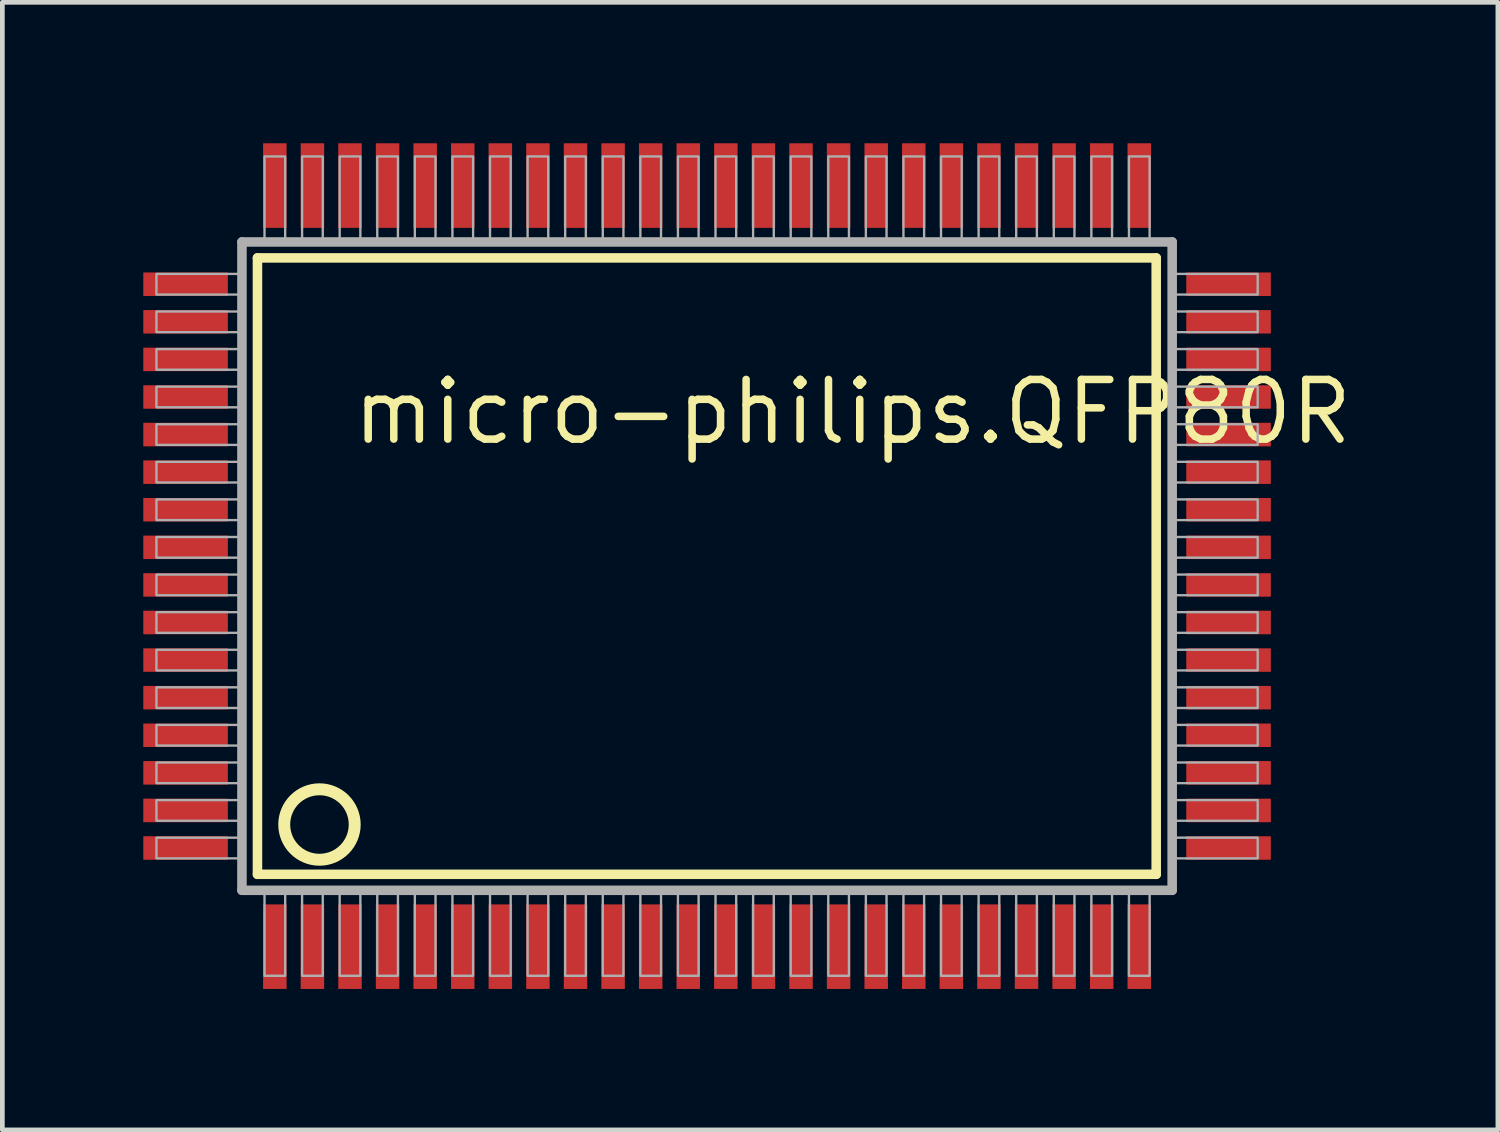
<source format=kicad_pcb>
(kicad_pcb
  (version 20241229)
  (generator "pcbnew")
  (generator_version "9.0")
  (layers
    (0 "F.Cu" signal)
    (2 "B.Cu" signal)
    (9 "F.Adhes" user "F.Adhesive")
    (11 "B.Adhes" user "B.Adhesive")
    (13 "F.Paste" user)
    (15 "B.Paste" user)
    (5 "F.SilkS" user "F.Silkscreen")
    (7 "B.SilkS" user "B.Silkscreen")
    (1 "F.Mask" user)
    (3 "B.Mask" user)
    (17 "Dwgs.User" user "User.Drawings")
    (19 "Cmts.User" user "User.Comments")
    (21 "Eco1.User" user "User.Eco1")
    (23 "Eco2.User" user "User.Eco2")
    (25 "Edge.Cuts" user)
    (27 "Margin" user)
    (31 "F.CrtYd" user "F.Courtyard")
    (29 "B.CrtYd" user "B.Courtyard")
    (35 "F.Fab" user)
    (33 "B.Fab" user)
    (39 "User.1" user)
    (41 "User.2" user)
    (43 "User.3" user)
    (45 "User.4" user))
  (footprint "micro-philips.QFP80R"
    (layer "F.Cu")
    (at 12 9)
    (property "Reference" "micro-philips.QFP80R" (at -7.62 -2.54 0) (layer "F.SilkS") (effects (font (size 1.27 1.27) (thickness 0.16)) (justify left bottom)))
    (attr smd)
    (fp_line (start -9.57 -6.56) (end 9.56 -6.56) (stroke (width 0.203) (type default)) (layer "F.SilkS"))
    (fp_line (start -9.57 6.56) (end -9.57 -6.56) (stroke (width 0.203) (type default)) (layer "F.SilkS"))
    (fp_line (start 9.56 -6.56) (end 9.56 6.56) (stroke (width 0.203) (type default)) (layer "F.SilkS"))
    (fp_line (start 9.56 6.56) (end -9.57 6.56) (stroke (width 0.203) (type default)) (layer "F.SilkS"))
    (fp_circle (center -8.25 5.5) (end -7.5 5.5) (stroke (width 0.254) (type default)) (fill no) (layer "F.SilkS"))
    (fp_line (start -9.9 -6.9) (end -9.9 6.9) (stroke (width 0.203) (type default)) (layer "F.Fab"))
    (fp_line (start -9.9 6.9) (end 9.9 6.9) (stroke (width 0.203) (type default)) (layer "F.Fab"))
    (fp_line (start 9.9 -6.9) (end -9.9 -6.9) (stroke (width 0.203) (type default)) (layer "F.Fab"))
    (fp_line (start 9.9 6.9) (end 9.9 -6.9) (stroke (width 0.203) (type default)) (layer "F.Fab"))
    (fp_rect (start -11.72 -5.78) (end -9.95 -6.22) (stroke (width 0.05) (type default)) (fill no) (layer "F.Fab"))
    (fp_rect (start -11.72 -4.98) (end -9.95 -5.42) (stroke (width 0.05) (type default)) (fill no) (layer "F.Fab"))
    (fp_rect (start -11.72 -4.18) (end -9.95 -4.62) (stroke (width 0.05) (type default)) (fill no) (layer "F.Fab"))
    (fp_rect (start -11.72 -3.38) (end -9.95 -3.82) (stroke (width 0.05) (type default)) (fill no) (layer "F.Fab"))
    (fp_rect (start -11.72 -2.58) (end -9.95 -3.02) (stroke (width 0.05) (type default)) (fill no) (layer "F.Fab"))
    (fp_rect (start -11.72 -1.78) (end -9.95 -2.22) (stroke (width 0.05) (type default)) (fill no) (layer "F.Fab"))
    (fp_rect (start -11.72 -0.98) (end -9.95 -1.42) (stroke (width 0.05) (type default)) (fill no) (layer "F.Fab"))
    (fp_rect (start -11.72 -0.18) (end -9.95 -0.62) (stroke (width 0.05) (type default)) (fill no) (layer "F.Fab"))
    (fp_rect (start -11.72 0.62) (end -9.95 0.18) (stroke (width 0.05) (type default)) (fill no) (layer "F.Fab"))
    (fp_rect (start -11.72 1.42) (end -9.95 0.98) (stroke (width 0.05) (type default)) (fill no) (layer "F.Fab"))
    (fp_rect (start -11.72 2.22) (end -9.95 1.78) (stroke (width 0.05) (type default)) (fill no) (layer "F.Fab"))
    (fp_rect (start -11.72 3.02) (end -9.95 2.58) (stroke (width 0.05) (type default)) (fill no) (layer "F.Fab"))
    (fp_rect (start -11.72 3.82) (end -9.95 3.38) (stroke (width 0.05) (type default)) (fill no) (layer "F.Fab"))
    (fp_rect (start -11.72 4.62) (end -9.95 4.18) (stroke (width 0.05) (type default)) (fill no) (layer "F.Fab"))
    (fp_rect (start -11.72 5.42) (end -9.95 4.98) (stroke (width 0.05) (type default)) (fill no) (layer "F.Fab"))
    (fp_rect (start -11.72 6.22) (end -9.95 5.78) (stroke (width 0.05) (type default)) (fill no) (layer "F.Fab"))
    (fp_rect (start -9.42 -6.95) (end -8.98 -8.72) (stroke (width 0.05) (type default)) (fill no) (layer "F.Fab"))
    (fp_rect (start -9.42 8.72) (end -8.98 6.95) (stroke (width 0.05) (type default)) (fill no) (layer "F.Fab"))
    (fp_rect (start -8.62 -6.95) (end -8.18 -8.72) (stroke (width 0.05) (type default)) (fill no) (layer "F.Fab"))
    (fp_rect (start -8.62 8.72) (end -8.18 6.95) (stroke (width 0.05) (type default)) (fill no) (layer "F.Fab"))
    (fp_rect (start -7.82 -6.95) (end -7.38 -8.72) (stroke (width 0.05) (type default)) (fill no) (layer "F.Fab"))
    (fp_rect (start -7.82 8.72) (end -7.38 6.95) (stroke (width 0.05) (type default)) (fill no) (layer "F.Fab"))
    (fp_rect (start -7.02 -6.95) (end -6.58 -8.72) (stroke (width 0.05) (type default)) (fill no) (layer "F.Fab"))
    (fp_rect (start -7.02 8.72) (end -6.58 6.95) (stroke (width 0.05) (type default)) (fill no) (layer "F.Fab"))
    (fp_rect (start -6.22 -6.95) (end -5.78 -8.72) (stroke (width 0.05) (type default)) (fill no) (layer "F.Fab"))
    (fp_rect (start -6.22 8.72) (end -5.78 6.95) (stroke (width 0.05) (type default)) (fill no) (layer "F.Fab"))
    (fp_rect (start -5.42 -6.95) (end -4.98 -8.72) (stroke (width 0.05) (type default)) (fill no) (layer "F.Fab"))
    (fp_rect (start -5.42 8.72) (end -4.98 6.95) (stroke (width 0.05) (type default)) (fill no) (layer "F.Fab"))
    (fp_rect (start -4.62 -6.95) (end -4.18 -8.72) (stroke (width 0.05) (type default)) (fill no) (layer "F.Fab"))
    (fp_rect (start -4.62 8.72) (end -4.18 6.95) (stroke (width 0.05) (type default)) (fill no) (layer "F.Fab"))
    (fp_rect (start -3.82 -6.95) (end -3.38 -8.72) (stroke (width 0.05) (type default)) (fill no) (layer "F.Fab"))
    (fp_rect (start -3.82 8.72) (end -3.38 6.95) (stroke (width 0.05) (type default)) (fill no) (layer "F.Fab"))
    (fp_rect (start -3.02 -6.95) (end -2.58 -8.72) (stroke (width 0.05) (type default)) (fill no) (layer "F.Fab"))
    (fp_rect (start -3.02 8.72) (end -2.58 6.95) (stroke (width 0.05) (type default)) (fill no) (layer "F.Fab"))
    (fp_rect (start -2.22 -6.95) (end -1.78 -8.72) (stroke (width 0.05) (type default)) (fill no) (layer "F.Fab"))
    (fp_rect (start -2.22 8.72) (end -1.78 6.95) (stroke (width 0.05) (type default)) (fill no) (layer "F.Fab"))
    (fp_rect (start -1.42 -6.95) (end -0.98 -8.72) (stroke (width 0.05) (type default)) (fill no) (layer "F.Fab"))
    (fp_rect (start -1.42 8.72) (end -0.98 6.95) (stroke (width 0.05) (type default)) (fill no) (layer "F.Fab"))
    (fp_rect (start -0.62 -6.95) (end -0.18 -8.72) (stroke (width 0.05) (type default)) (fill no) (layer "F.Fab"))
    (fp_rect (start -0.62 8.72) (end -0.18 6.95) (stroke (width 0.05) (type default)) (fill no) (layer "F.Fab"))
    (fp_rect (start 0.18 -6.95) (end 0.62 -8.72) (stroke (width 0.05) (type default)) (fill no) (layer "F.Fab"))
    (fp_rect (start 0.18 8.72) (end 0.62 6.95) (stroke (width 0.05) (type default)) (fill no) (layer "F.Fab"))
    (fp_rect (start 0.98 -6.95) (end 1.42 -8.72) (stroke (width 0.05) (type default)) (fill no) (layer "F.Fab"))
    (fp_rect (start 0.98 8.72) (end 1.42 6.95) (stroke (width 0.05) (type default)) (fill no) (layer "F.Fab"))
    (fp_rect (start 1.78 -6.95) (end 2.22 -8.72) (stroke (width 0.05) (type default)) (fill no) (layer "F.Fab"))
    (fp_rect (start 1.78 8.72) (end 2.22 6.95) (stroke (width 0.05) (type default)) (fill no) (layer "F.Fab"))
    (fp_rect (start 2.58 -6.95) (end 3.02 -8.72) (stroke (width 0.05) (type default)) (fill no) (layer "F.Fab"))
    (fp_rect (start 2.58 8.72) (end 3.02 6.95) (stroke (width 0.05) (type default)) (fill no) (layer "F.Fab"))
    (fp_rect (start 3.38 -6.95) (end 3.82 -8.72) (stroke (width 0.05) (type default)) (fill no) (layer "F.Fab"))
    (fp_rect (start 3.38 8.72) (end 3.82 6.95) (stroke (width 0.05) (type default)) (fill no) (layer "F.Fab"))
    (fp_rect (start 4.18 -6.95) (end 4.62 -8.72) (stroke (width 0.05) (type default)) (fill no) (layer "F.Fab"))
    (fp_rect (start 4.18 8.72) (end 4.62 6.95) (stroke (width 0.05) (type default)) (fill no) (layer "F.Fab"))
    (fp_rect (start 4.98 -6.95) (end 5.42 -8.72) (stroke (width 0.05) (type default)) (fill no) (layer "F.Fab"))
    (fp_rect (start 4.98 8.72) (end 5.42 6.95) (stroke (width 0.05) (type default)) (fill no) (layer "F.Fab"))
    (fp_rect (start 5.78 -6.95) (end 6.22 -8.72) (stroke (width 0.05) (type default)) (fill no) (layer "F.Fab"))
    (fp_rect (start 5.78 8.72) (end 6.22 6.95) (stroke (width 0.05) (type default)) (fill no) (layer "F.Fab"))
    (fp_rect (start 6.58 -6.95) (end 7.02 -8.72) (stroke (width 0.05) (type default)) (fill no) (layer "F.Fab"))
    (fp_rect (start 6.58 8.72) (end 7.02 6.95) (stroke (width 0.05) (type default)) (fill no) (layer "F.Fab"))
    (fp_rect (start 7.38 -6.95) (end 7.82 -8.72) (stroke (width 0.05) (type default)) (fill no) (layer "F.Fab"))
    (fp_rect (start 7.38 8.72) (end 7.82 6.95) (stroke (width 0.05) (type default)) (fill no) (layer "F.Fab"))
    (fp_rect (start 8.18 -6.95) (end 8.62 -8.72) (stroke (width 0.05) (type default)) (fill no) (layer "F.Fab"))
    (fp_rect (start 8.18 8.72) (end 8.62 6.95) (stroke (width 0.05) (type default)) (fill no) (layer "F.Fab"))
    (fp_rect (start 8.98 -6.95) (end 9.42 -8.72) (stroke (width 0.05) (type default)) (fill no) (layer "F.Fab"))
    (fp_rect (start 8.98 8.72) (end 9.42 6.95) (stroke (width 0.05) (type default)) (fill no) (layer "F.Fab"))
    (fp_rect (start 9.95 -5.78) (end 11.72 -6.22) (stroke (width 0.05) (type default)) (fill no) (layer "F.Fab"))
    (fp_rect (start 9.95 -4.98) (end 11.72 -5.42) (stroke (width 0.05) (type default)) (fill no) (layer "F.Fab"))
    (fp_rect (start 9.95 -4.18) (end 11.72 -4.62) (stroke (width 0.05) (type default)) (fill no) (layer "F.Fab"))
    (fp_rect (start 9.95 -3.38) (end 11.72 -3.82) (stroke (width 0.05) (type default)) (fill no) (layer "F.Fab"))
    (fp_rect (start 9.95 -2.58) (end 11.72 -3.02) (stroke (width 0.05) (type default)) (fill no) (layer "F.Fab"))
    (fp_rect (start 9.95 -1.78) (end 11.72 -2.22) (stroke (width 0.05) (type default)) (fill no) (layer "F.Fab"))
    (fp_rect (start 9.95 -0.98) (end 11.72 -1.42) (stroke (width 0.05) (type default)) (fill no) (layer "F.Fab"))
    (fp_rect (start 9.95 -0.18) (end 11.72 -0.62) (stroke (width 0.05) (type default)) (fill no) (layer "F.Fab"))
    (fp_rect (start 9.95 0.62) (end 11.72 0.18) (stroke (width 0.05) (type default)) (fill no) (layer "F.Fab"))
    (fp_rect (start 9.95 1.42) (end 11.72 0.98) (stroke (width 0.05) (type default)) (fill no) (layer "F.Fab"))
    (fp_rect (start 9.95 2.22) (end 11.72 1.78) (stroke (width 0.05) (type default)) (fill no) (layer "F.Fab"))
    (fp_rect (start 9.95 3.02) (end 11.72 2.58) (stroke (width 0.05) (type default)) (fill no) (layer "F.Fab"))
    (fp_rect (start 9.95 3.82) (end 11.72 3.38) (stroke (width 0.05) (type default)) (fill no) (layer "F.Fab"))
    (fp_rect (start 9.95 4.62) (end 11.72 4.18) (stroke (width 0.05) (type default)) (fill no) (layer "F.Fab"))
    (fp_rect (start 9.95 5.42) (end 11.72 4.98) (stroke (width 0.05) (type default)) (fill no) (layer "F.Fab"))
    (fp_rect (start 9.95 6.22) (end 11.72 5.78) (stroke (width 0.05) (type default)) (fill no) (layer "F.Fab"))
    (pad "1" smd roundrect (at -9.2 8.1) (size 0.5 1.8) (layers "F.Cu" "F.Mask" "F.Paste") (roundrect_rratio 0.01))
    (pad "2" smd roundrect (at -8.4 8.1) (size 0.5 1.8) (layers "F.Cu" "F.Mask" "F.Paste") (roundrect_rratio 0.01))
    (pad "3" smd roundrect (at -7.6 8.1) (size 0.5 1.8) (layers "F.Cu" "F.Mask" "F.Paste") (roundrect_rratio 0.01))
    (pad "4" smd roundrect (at -6.8 8.1) (size 0.5 1.8) (layers "F.Cu" "F.Mask" "F.Paste") (roundrect_rratio 0.01))
    (pad "5" smd roundrect (at -6 8.1) (size 0.5 1.8) (layers "F.Cu" "F.Mask" "F.Paste") (roundrect_rratio 0.01))
    (pad "6" smd roundrect (at -5.2 8.1) (size 0.5 1.8) (layers "F.Cu" "F.Mask" "F.Paste") (roundrect_rratio 0.01))
    (pad "7" smd roundrect (at -4.4 8.1) (size 0.5 1.8) (layers "F.Cu" "F.Mask" "F.Paste") (roundrect_rratio 0.01))
    (pad "8" smd roundrect (at -3.6 8.1) (size 0.5 1.8) (layers "F.Cu" "F.Mask" "F.Paste") (roundrect_rratio 0.01))
    (pad "9" smd roundrect (at -2.8 8.1) (size 0.5 1.8) (layers "F.Cu" "F.Mask" "F.Paste") (roundrect_rratio 0.01))
    (pad "10" smd roundrect (at -2 8.1) (size 0.5 1.8) (layers "F.Cu" "F.Mask" "F.Paste") (roundrect_rratio 0.01))
    (pad "11" smd roundrect (at -1.2 8.1) (size 0.5 1.8) (layers "F.Cu" "F.Mask" "F.Paste") (roundrect_rratio 0.01))
    (pad "12" smd roundrect (at -0.4 8.1) (size 0.5 1.8) (layers "F.Cu" "F.Mask" "F.Paste") (roundrect_rratio 0.01))
    (pad "13" smd roundrect (at 0.4 8.1) (size 0.5 1.8) (layers "F.Cu" "F.Mask" "F.Paste") (roundrect_rratio 0.01))
    (pad "14" smd roundrect (at 1.2 8.1) (size 0.5 1.8) (layers "F.Cu" "F.Mask" "F.Paste") (roundrect_rratio 0.01))
    (pad "15" smd roundrect (at 2 8.1) (size 0.5 1.8) (layers "F.Cu" "F.Mask" "F.Paste") (roundrect_rratio 0.01))
    (pad "16" smd roundrect (at 2.8 8.1) (size 0.5 1.8) (layers "F.Cu" "F.Mask" "F.Paste") (roundrect_rratio 0.01))
    (pad "17" smd roundrect (at 3.6 8.1) (size 0.5 1.8) (layers "F.Cu" "F.Mask" "F.Paste") (roundrect_rratio 0.01))
    (pad "18" smd roundrect (at 4.4 8.1) (size 0.5 1.8) (layers "F.Cu" "F.Mask" "F.Paste") (roundrect_rratio 0.01))
    (pad "19" smd roundrect (at 5.2 8.1) (size 0.5 1.8) (layers "F.Cu" "F.Mask" "F.Paste") (roundrect_rratio 0.01))
    (pad "20" smd roundrect (at 6 8.1) (size 0.5 1.8) (layers "F.Cu" "F.Mask" "F.Paste") (roundrect_rratio 0.01))
    (pad "21" smd roundrect (at 6.8 8.1) (size 0.5 1.8) (layers "F.Cu" "F.Mask" "F.Paste") (roundrect_rratio 0.01))
    (pad "22" smd roundrect (at 7.6 8.1) (size 0.5 1.8) (layers "F.Cu" "F.Mask" "F.Paste") (roundrect_rratio 0.01))
    (pad "23" smd roundrect (at 8.4 8.1) (size 0.5 1.8) (layers "F.Cu" "F.Mask" "F.Paste") (roundrect_rratio 0.01))
    (pad "24" smd roundrect (at 9.2 8.1) (size 0.5 1.8) (layers "F.Cu" "F.Mask" "F.Paste") (roundrect_rratio 0.01))
    (pad "25" smd roundrect (at 11.1 6) (size 1.8 0.5) (layers "F.Cu" "F.Mask" "F.Paste") (roundrect_rratio 0.01))
    (pad "26" smd roundrect (at 11.1 5.2) (size 1.8 0.5) (layers "F.Cu" "F.Mask" "F.Paste") (roundrect_rratio 0.01))
    (pad "27" smd roundrect (at 11.1 4.4) (size 1.8 0.5) (layers "F.Cu" "F.Mask" "F.Paste") (roundrect_rratio 0.01))
    (pad "28" smd roundrect (at 11.1 3.6) (size 1.8 0.5) (layers "F.Cu" "F.Mask" "F.Paste") (roundrect_rratio 0.01))
    (pad "29" smd roundrect (at 11.1 2.8) (size 1.8 0.5) (layers "F.Cu" "F.Mask" "F.Paste") (roundrect_rratio 0.01))
    (pad "30" smd roundrect (at 11.1 2) (size 1.8 0.5) (layers "F.Cu" "F.Mask" "F.Paste") (roundrect_rratio 0.01))
    (pad "31" smd roundrect (at 11.1 1.2) (size 1.8 0.5) (layers "F.Cu" "F.Mask" "F.Paste") (roundrect_rratio 0.01))
    (pad "32" smd roundrect (at 11.1 0.4) (size 1.8 0.5) (layers "F.Cu" "F.Mask" "F.Paste") (roundrect_rratio 0.01))
    (pad "33" smd roundrect (at 11.1 -0.4) (size 1.8 0.5) (layers "F.Cu" "F.Mask" "F.Paste") (roundrect_rratio 0.01))
    (pad "34" smd roundrect (at 11.1 -1.2) (size 1.8 0.5) (layers "F.Cu" "F.Mask" "F.Paste") (roundrect_rratio 0.01))
    (pad "35" smd roundrect (at 11.1 -2) (size 1.8 0.5) (layers "F.Cu" "F.Mask" "F.Paste") (roundrect_rratio 0.01))
    (pad "36" smd roundrect (at 11.1 -2.8) (size 1.8 0.5) (layers "F.Cu" "F.Mask" "F.Paste") (roundrect_rratio 0.01))
    (pad "37" smd roundrect (at 11.1 -3.6) (size 1.8 0.5) (layers "F.Cu" "F.Mask" "F.Paste") (roundrect_rratio 0.01))
    (pad "38" smd roundrect (at 11.1 -4.4) (size 1.8 0.5) (layers "F.Cu" "F.Mask" "F.Paste") (roundrect_rratio 0.01))
    (pad "39" smd roundrect (at 11.1 -5.2) (size 1.8 0.5) (layers "F.Cu" "F.Mask" "F.Paste") (roundrect_rratio 0.01))
    (pad "40" smd roundrect (at 11.1 -6) (size 1.8 0.5) (layers "F.Cu" "F.Mask" "F.Paste") (roundrect_rratio 0.01))
    (pad "41" smd roundrect (at 9.2 -8.1) (size 0.5 1.8) (layers "F.Cu" "F.Mask" "F.Paste") (roundrect_rratio 0.01))
    (pad "42" smd roundrect (at 8.4 -8.1) (size 0.5 1.8) (layers "F.Cu" "F.Mask" "F.Paste") (roundrect_rratio 0.01))
    (pad "43" smd roundrect (at 7.6 -8.1) (size 0.5 1.8) (layers "F.Cu" "F.Mask" "F.Paste") (roundrect_rratio 0.01))
    (pad "44" smd roundrect (at 6.8 -8.1) (size 0.5 1.8) (layers "F.Cu" "F.Mask" "F.Paste") (roundrect_rratio 0.01))
    (pad "45" smd roundrect (at 6 -8.1) (size 0.5 1.8) (layers "F.Cu" "F.Mask" "F.Paste") (roundrect_rratio 0.01))
    (pad "46" smd roundrect (at 5.2 -8.1) (size 0.5 1.8) (layers "F.Cu" "F.Mask" "F.Paste") (roundrect_rratio 0.01))
    (pad "47" smd roundrect (at 4.4 -8.1) (size 0.5 1.8) (layers "F.Cu" "F.Mask" "F.Paste") (roundrect_rratio 0.01))
    (pad "48" smd roundrect (at 3.6 -8.1) (size 0.5 1.8) (layers "F.Cu" "F.Mask" "F.Paste") (roundrect_rratio 0.01))
    (pad "49" smd roundrect (at 2.8 -8.1) (size 0.5 1.8) (layers "F.Cu" "F.Mask" "F.Paste") (roundrect_rratio 0.01))
    (pad "50" smd roundrect (at 2 -8.1) (size 0.5 1.8) (layers "F.Cu" "F.Mask" "F.Paste") (roundrect_rratio 0.01))
    (pad "51" smd roundrect (at 1.2 -8.1) (size 0.5 1.8) (layers "F.Cu" "F.Mask" "F.Paste") (roundrect_rratio 0.01))
    (pad "52" smd roundrect (at 0.4 -8.1) (size 0.5 1.8) (layers "F.Cu" "F.Mask" "F.Paste") (roundrect_rratio 0.01))
    (pad "53" smd roundrect (at -0.4 -8.1) (size 0.5 1.8) (layers "F.Cu" "F.Mask" "F.Paste") (roundrect_rratio 0.01))
    (pad "54" smd roundrect (at -1.2 -8.1) (size 0.5 1.8) (layers "F.Cu" "F.Mask" "F.Paste") (roundrect_rratio 0.01))
    (pad "55" smd roundrect (at -2 -8.1) (size 0.5 1.8) (layers "F.Cu" "F.Mask" "F.Paste") (roundrect_rratio 0.01))
    (pad "56" smd roundrect (at -2.8 -8.1) (size 0.5 1.8) (layers "F.Cu" "F.Mask" "F.Paste") (roundrect_rratio 0.01))
    (pad "57" smd roundrect (at -3.6 -8.1) (size 0.5 1.8) (layers "F.Cu" "F.Mask" "F.Paste") (roundrect_rratio 0.01))
    (pad "58" smd roundrect (at -4.4 -8.1) (size 0.5 1.8) (layers "F.Cu" "F.Mask" "F.Paste") (roundrect_rratio 0.01))
    (pad "59" smd roundrect (at -5.2 -8.1) (size 0.5 1.8) (layers "F.Cu" "F.Mask" "F.Paste") (roundrect_rratio 0.01))
    (pad "60" smd roundrect (at -6 -8.1) (size 0.5 1.8) (layers "F.Cu" "F.Mask" "F.Paste") (roundrect_rratio 0.01))
    (pad "61" smd roundrect (at -6.8 -8.1) (size 0.5 1.8) (layers "F.Cu" "F.Mask" "F.Paste") (roundrect_rratio 0.01))
    (pad "62" smd roundrect (at -7.6 -8.1) (size 0.5 1.8) (layers "F.Cu" "F.Mask" "F.Paste") (roundrect_rratio 0.01))
    (pad "63" smd roundrect (at -8.4 -8.1) (size 0.5 1.8) (layers "F.Cu" "F.Mask" "F.Paste") (roundrect_rratio 0.01))
    (pad "64" smd roundrect (at -9.2 -8.1) (size 0.5 1.8) (layers "F.Cu" "F.Mask" "F.Paste") (roundrect_rratio 0.01))
    (pad "65" smd roundrect (at -11.1 -6) (size 1.8 0.5) (layers "F.Cu" "F.Mask" "F.Paste") (roundrect_rratio 0.01))
    (pad "66" smd roundrect (at -11.1 -5.2) (size 1.8 0.5) (layers "F.Cu" "F.Mask" "F.Paste") (roundrect_rratio 0.01))
    (pad "67" smd roundrect (at -11.1 -4.4) (size 1.8 0.5) (layers "F.Cu" "F.Mask" "F.Paste") (roundrect_rratio 0.01))
    (pad "68" smd roundrect (at -11.1 -3.6) (size 1.8 0.5) (layers "F.Cu" "F.Mask" "F.Paste") (roundrect_rratio 0.01))
    (pad "69" smd roundrect (at -11.1 -2.8) (size 1.8 0.5) (layers "F.Cu" "F.Mask" "F.Paste") (roundrect_rratio 0.01))
    (pad "70" smd roundrect (at -11.1 -2) (size 1.8 0.5) (layers "F.Cu" "F.Mask" "F.Paste") (roundrect_rratio 0.01))
    (pad "71" smd roundrect (at -11.1 -1.2) (size 1.8 0.5) (layers "F.Cu" "F.Mask" "F.Paste") (roundrect_rratio 0.01))
    (pad "72" smd roundrect (at -11.1 -0.4) (size 1.8 0.5) (layers "F.Cu" "F.Mask" "F.Paste") (roundrect_rratio 0.01))
    (pad "73" smd roundrect (at -11.1 0.4) (size 1.8 0.5) (layers "F.Cu" "F.Mask" "F.Paste") (roundrect_rratio 0.01))
    (pad "74" smd roundrect (at -11.1 1.2) (size 1.8 0.5) (layers "F.Cu" "F.Mask" "F.Paste") (roundrect_rratio 0.01))
    (pad "75" smd roundrect (at -11.1 2) (size 1.8 0.5) (layers "F.Cu" "F.Mask" "F.Paste") (roundrect_rratio 0.01))
    (pad "76" smd roundrect (at -11.1 2.8) (size 1.8 0.5) (layers "F.Cu" "F.Mask" "F.Paste") (roundrect_rratio 0.01))
    (pad "77" smd roundrect (at -11.1 3.6) (size 1.8 0.5) (layers "F.Cu" "F.Mask" "F.Paste") (roundrect_rratio 0.01))
    (pad "78" smd roundrect (at -11.1 4.4) (size 1.8 0.5) (layers "F.Cu" "F.Mask" "F.Paste") (roundrect_rratio 0.01))
    (pad "79" smd roundrect (at -11.1 5.2) (size 1.8 0.5) (layers "F.Cu" "F.Mask" "F.Paste") (roundrect_rratio 0.01))
    (pad "80" smd roundrect (at -11.1 6) (size 1.8 0.5) (layers "F.Cu" "F.Mask" "F.Paste") (roundrect_rratio 0.01)))
  (gr_rect
    (start -3 -3)
    (end 28.833 21)
    (stroke (width 0.1) (type default))
    (fill no)
    (layer "Edge.Cuts")))
</source>
